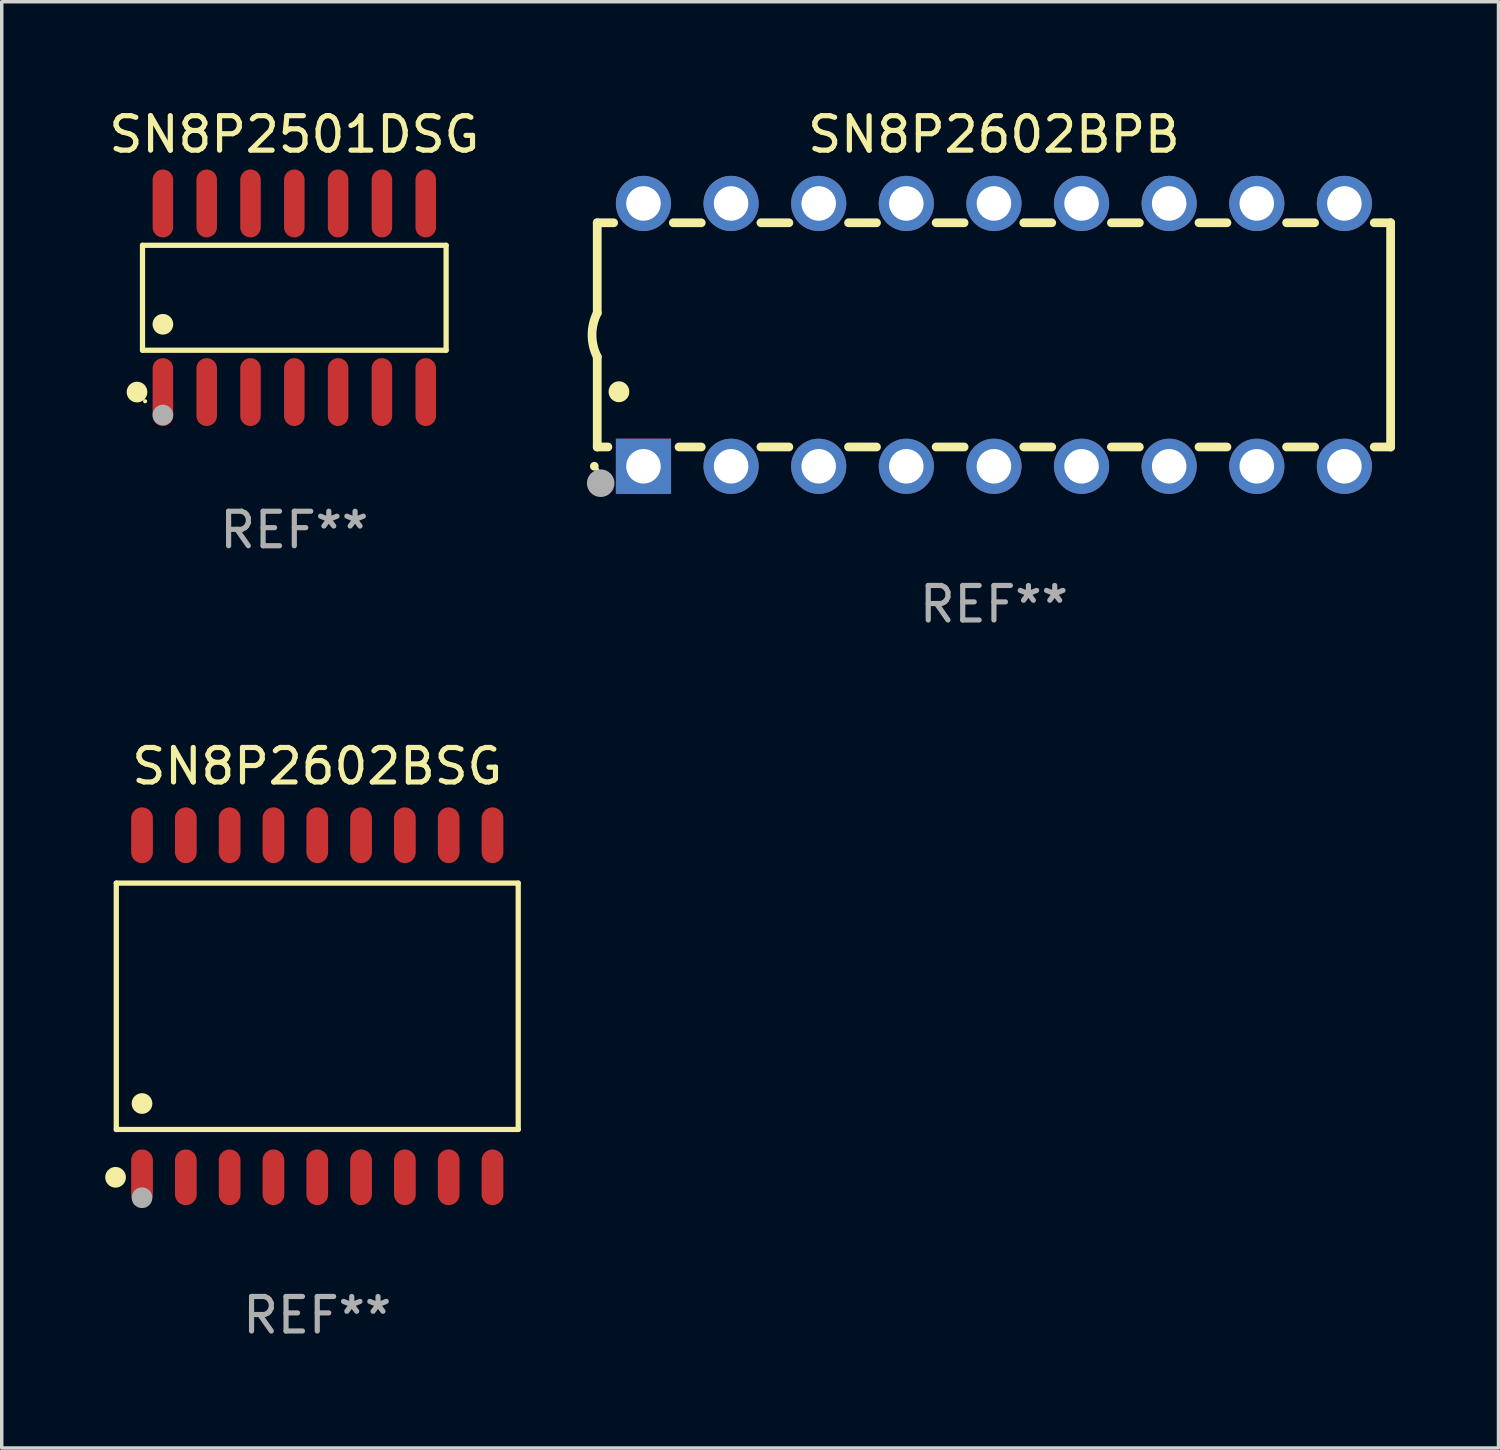
<source format=kicad_pcb>
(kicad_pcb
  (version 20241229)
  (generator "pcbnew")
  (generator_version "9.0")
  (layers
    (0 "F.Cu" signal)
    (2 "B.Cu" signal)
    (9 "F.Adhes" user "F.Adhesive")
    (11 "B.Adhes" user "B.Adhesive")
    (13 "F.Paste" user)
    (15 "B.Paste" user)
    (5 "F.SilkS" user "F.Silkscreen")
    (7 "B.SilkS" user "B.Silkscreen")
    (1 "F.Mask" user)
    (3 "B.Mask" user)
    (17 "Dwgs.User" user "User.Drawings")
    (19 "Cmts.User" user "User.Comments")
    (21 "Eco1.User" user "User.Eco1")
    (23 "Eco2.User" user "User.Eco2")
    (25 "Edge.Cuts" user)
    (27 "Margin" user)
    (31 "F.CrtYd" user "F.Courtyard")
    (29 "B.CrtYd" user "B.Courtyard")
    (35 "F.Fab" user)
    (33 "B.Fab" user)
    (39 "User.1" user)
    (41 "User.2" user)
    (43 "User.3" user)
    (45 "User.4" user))
  (footprint "SN8P2602BSG"
    (layer "F.Cu")
    (at 6.147 26.122)
    (property "Reference" "SN8P2602BSG" (at 0 -6.958 0) (layer "F.SilkS") (effects (font (size 1 1) (thickness 0.15))))
    (attr through_hole)
    (fp_line (start -5.826 -3.571) (end 5.826 -3.571) (stroke (width 0.152) (type solid)) (layer "F.SilkS"))
    (fp_line (start -5.826 3.571) (end -5.826 -3.571) (stroke (width 0.152) (type solid)) (layer "F.SilkS"))
    (fp_line (start 5.826 -3.571) (end 5.826 3.571) (stroke (width 0.152) (type solid)) (layer "F.SilkS"))
    (fp_line (start 5.826 3.571) (end -5.826 3.571) (stroke (width 0.152) (type solid)) (layer "F.SilkS"))
    (fp_circle (center -5.847 4.958) (end -5.697 4.958) (stroke (width 0.3) (type solid)) (fill no) (layer "F.SilkS"))
    (fp_circle (center -5.75 5.15) (end -5.72 5.15) (stroke (width 0.06) (type solid)) (fill no) (layer "F.SilkS"))
    (fp_circle (center -5.08 2.819) (end -4.93 2.819) (stroke (width 0.3) (type solid)) (fill no) (layer "F.SilkS"))
    (fp_circle (center -5.08 5.55) (end -4.93 5.55) (stroke (width 0.3) (type solid)) (fill no) (layer "F.Fab"))
    (fp_text user "REF**" (at 0 8.958 0) (layer "F.Fab") (effects (font (size 1 1) (thickness 0.15))))
    (pad "1" smd oval (at -5.08 4.958) (size 0.63 1.615) (layers "F.Cu" "F.Mask" "F.Paste"))
    (pad "2" smd oval (at -3.81 4.958) (size 0.63 1.615) (layers "F.Cu" "F.Mask" "F.Paste"))
    (pad "3" smd oval (at -2.54 4.958) (size 0.63 1.615) (layers "F.Cu" "F.Mask" "F.Paste"))
    (pad "4" smd oval (at -1.27 4.958) (size 0.63 1.615) (layers "F.Cu" "F.Mask" "F.Paste"))
    (pad "5" smd oval (at 0 4.958) (size 0.63 1.615) (layers "F.Cu" "F.Mask" "F.Paste"))
    (pad "6" smd oval (at 1.27 4.958) (size 0.63 1.615) (layers "F.Cu" "F.Mask" "F.Paste"))
    (pad "7" smd oval (at 2.54 4.958) (size 0.63 1.615) (layers "F.Cu" "F.Mask" "F.Paste"))
    (pad "8" smd oval (at 3.81 4.958) (size 0.63 1.615) (layers "F.Cu" "F.Mask" "F.Paste"))
    (pad "9" smd oval (at 5.08 4.958) (size 0.63 1.615) (layers "F.Cu" "F.Mask" "F.Paste"))
    (pad "10" smd oval (at 5.08 -4.958) (size 0.63 1.615) (layers "F.Cu" "F.Mask" "F.Paste"))
    (pad "11" smd oval (at 3.81 -4.958) (size 0.63 1.615) (layers "F.Cu" "F.Mask" "F.Paste"))
    (pad "12" smd oval (at 2.54 -4.958) (size 0.63 1.615) (layers "F.Cu" "F.Mask" "F.Paste"))
    (pad "13" smd oval (at 1.27 -4.958) (size 0.63 1.615) (layers "F.Cu" "F.Mask" "F.Paste"))
    (pad "14" smd oval (at 0 -4.958) (size 0.63 1.615) (layers "F.Cu" "F.Mask" "F.Paste"))
    (pad "15" smd oval (at -1.27 -4.958) (size 0.63 1.615) (layers "F.Cu" "F.Mask" "F.Paste"))
    (pad "16" smd oval (at -2.54 -4.958) (size 0.63 1.615) (layers "F.Cu" "F.Mask" "F.Paste"))
    (pad "17" smd oval (at -3.81 -4.958) (size 0.63 1.615) (layers "F.Cu" "F.Mask" "F.Paste"))
    (pad "18" smd oval (at -5.08 -4.958) (size 0.63 1.615) (layers "F.Cu" "F.Mask" "F.Paste")))
  (footprint "SN8P2602BPB"
    (layer "F.Cu")
    (at 25.764 6.658)
    (property "Reference" "SN8P2602BPB" (at 0 -5.81 0) (layer "F.SilkS") (effects (font (size 1 1) (thickness 0.15))))
    (attr through_hole)
    (fp_line (start -11.5 -3.25) (end -11.5 -0.635) (stroke (width 0.254) (type solid)) (layer "F.SilkS"))
    (fp_line (start -11.5 3.25) (end -11.5 0.635) (stroke (width 0.254) (type solid)) (layer "F.SilkS"))
    (fp_line (start -11.5 3.25) (end -11.191 3.25) (stroke (width 0.254) (type solid)) (layer "F.SilkS"))
    (fp_line (start -11.025 -3.25) (end -11.5 -3.25) (stroke (width 0.254) (type solid)) (layer "F.SilkS"))
    (fp_line (start -9.129 3.25) (end -8.485 3.25) (stroke (width 0.254) (type solid)) (layer "F.SilkS"))
    (fp_line (start -8.485 -3.25) (end -9.295 -3.25) (stroke (width 0.254) (type solid)) (layer "F.SilkS"))
    (fp_line (start -6.755 3.25) (end -5.945 3.25) (stroke (width 0.254) (type solid)) (layer "F.SilkS"))
    (fp_line (start -5.945 -3.25) (end -6.755 -3.25) (stroke (width 0.254) (type solid)) (layer "F.SilkS"))
    (fp_line (start -4.215 3.25) (end -3.405 3.25) (stroke (width 0.254) (type solid)) (layer "F.SilkS"))
    (fp_line (start -3.405 -3.25) (end -4.215 -3.25) (stroke (width 0.254) (type solid)) (layer "F.SilkS"))
    (fp_line (start -1.675 3.25) (end -0.865 3.25) (stroke (width 0.254) (type solid)) (layer "F.SilkS"))
    (fp_line (start -0.865 -3.25) (end -1.675 -3.25) (stroke (width 0.254) (type solid)) (layer "F.SilkS"))
    (fp_line (start 0.865 3.25) (end 1.675 3.25) (stroke (width 0.254) (type solid)) (layer "F.SilkS"))
    (fp_line (start 1.675 -3.25) (end 0.865 -3.25) (stroke (width 0.254) (type solid)) (layer "F.SilkS"))
    (fp_line (start 3.405 3.25) (end 4.215 3.25) (stroke (width 0.254) (type solid)) (layer "F.SilkS"))
    (fp_line (start 4.215 -3.25) (end 3.405 -3.25) (stroke (width 0.254) (type solid)) (layer "F.SilkS"))
    (fp_line (start 5.945 3.25) (end 6.755 3.25) (stroke (width 0.254) (type solid)) (layer "F.SilkS"))
    (fp_line (start 6.755 -3.25) (end 5.945 -3.25) (stroke (width 0.254) (type solid)) (layer "F.SilkS"))
    (fp_line (start 8.485 3.25) (end 9.295 3.25) (stroke (width 0.254) (type solid)) (layer "F.SilkS"))
    (fp_line (start 9.295 -3.25) (end 8.485 -3.25) (stroke (width 0.254) (type solid)) (layer "F.SilkS"))
    (fp_line (start 11.025 3.25) (end 11.5 3.25) (stroke (width 0.254) (type solid)) (layer "F.SilkS"))
    (fp_line (start 11.5 -3.25) (end 11.025 -3.25) (stroke (width 0.254) (type solid)) (layer "F.SilkS"))
    (fp_line (start 11.5 -3.25) (end 11.5 3.25) (stroke (width 0.254) (type solid)) (layer "F.SilkS"))
    (fp_arc (start -11.584963 3.810008) (mid -11.58497 3.808738) (end -11.584963 3.807468) (stroke (width 0.25) (type solid)) (layer "F.SilkS"))
    (fp_arc (start -11.501143 0.635001) (mid -11.650665 -0.000132) (end -11.500025 -0.635001) (stroke (width 0.254001) (type solid)) (layer "F.SilkS"))
    (fp_arc (start -10.871222 1.651003) (mid -10.871233 1.648463) (end -10.871222 1.645923) (stroke (width 0.6) (type solid)) (layer "F.SilkS"))
    (fp_circle (center -11.5 3.91) (end -11.47 3.91) (stroke (width 0.06) (type solid)) (fill no) (layer "F.SilkS"))
    (fp_circle (center -11.4 4.3) (end -11.2 4.3) (stroke (width 0.4) (type solid)) (fill no) (layer "F.Fab"))
    (fp_text user "REF**" (at 0 7.81 0) (layer "F.Fab") (effects (font (size 1 1) (thickness 0.15))))
    (pad "1" thru_hole rect (at -10.16 3.81 90) (size 1.6 1.6) (drill 1) (layers "*.Cu" "*.Mask"))
    (pad "2" thru_hole circle (at -7.62 3.81 90) (size 1.6 1.6) (drill 1) (layers "*.Cu" "*.Mask"))
    (pad "3" thru_hole circle (at -5.08 3.81 90) (size 1.6 1.6) (drill 1) (layers "*.Cu" "*.Mask"))
    (pad "4" thru_hole circle (at -2.54 3.81 90) (size 1.6 1.6) (drill 1) (layers "*.Cu" "*.Mask"))
    (pad "5" thru_hole circle (at 0 3.81 90) (size 1.6 1.6) (drill 1) (layers "*.Cu" "*.Mask"))
    (pad "6" thru_hole circle (at 2.54 3.81 90) (size 1.6 1.6) (drill 1) (layers "*.Cu" "*.Mask"))
    (pad "7" thru_hole circle (at 5.08 3.81 90) (size 1.6 1.6) (drill 1) (layers "*.Cu" "*.Mask"))
    (pad "8" thru_hole circle (at 7.62 3.81 90) (size 1.6 1.6) (drill 1) (layers "*.Cu" "*.Mask"))
    (pad "9" thru_hole circle (at 10.16 3.81 90) (size 1.6 1.6) (drill 1) (layers "*.Cu" "*.Mask"))
    (pad "10" thru_hole circle (at 10.16 -3.81 90) (size 1.6 1.6) (drill 1) (layers "*.Cu" "*.Mask"))
    (pad "11" thru_hole circle (at 7.62 -3.81 90) (size 1.6 1.6) (drill 1) (layers "*.Cu" "*.Mask"))
    (pad "12" thru_hole circle (at 5.08 -3.81 90) (size 1.6 1.6) (drill 1) (layers "*.Cu" "*.Mask"))
    (pad "13" thru_hole circle (at 2.54 -3.81 90) (size 1.6 1.6) (drill 1) (layers "*.Cu" "*.Mask"))
    (pad "14" thru_hole circle (at 0 -3.81 90) (size 1.6 1.6) (drill 1) (layers "*.Cu" "*.Mask"))
    (pad "15" thru_hole circle (at -2.54 -3.81 90) (size 1.6 1.6) (drill 1) (layers "*.Cu" "*.Mask"))
    (pad "16" thru_hole circle (at -5.08 -3.81 90) (size 1.6 1.6) (drill 1) (layers "*.Cu" "*.Mask"))
    (pad "17" thru_hole circle (at -7.62 -3.81 90) (size 1.6 1.6) (drill 1) (layers "*.Cu" "*.Mask"))
    (pad "18" thru_hole circle (at -10.16 -3.81 90) (size 1.6 1.6) (drill 1) (layers "*.Cu" "*.Mask")))
  (footprint "SN8P2501DSG"
    (layer "F.Cu")
    (at 5.482 5.582)
    (property "Reference" "SN8P2501DSG" (at 0 -4.734 0) (layer "F.SilkS") (effects (font (size 1 1) (thickness 0.15))))
    (attr through_hole)
    (fp_line (start -4.401 -1.521) (end 4.401 -1.521) (stroke (width 0.152) (type solid)) (layer "F.SilkS"))
    (fp_line (start -4.401 1.521) (end -4.401 -1.521) (stroke (width 0.152) (type solid)) (layer "F.SilkS"))
    (fp_line (start 4.401 -1.521) (end 4.401 1.521) (stroke (width 0.152) (type solid)) (layer "F.SilkS"))
    (fp_line (start 4.401 1.521) (end -4.401 1.521) (stroke (width 0.152) (type solid)) (layer "F.SilkS"))
    (fp_circle (center -4.56 2.734) (end -4.41 2.734) (stroke (width 0.3) (type solid)) (fill no) (layer "F.SilkS"))
    (fp_circle (center -4.325 3) (end -4.295 3) (stroke (width 0.06) (type solid)) (fill no) (layer "F.SilkS"))
    (fp_circle (center -3.81 0.769) (end -3.66 0.769) (stroke (width 0.3) (type solid)) (fill no) (layer "F.SilkS"))
    (fp_circle (center -3.81 3.4) (end -3.66 3.4) (stroke (width 0.3) (type solid)) (fill no) (layer "F.Fab"))
    (fp_text user "REF**" (at 0 6.734 0) (layer "F.Fab") (effects (font (size 1 1) (thickness 0.15))))
    (pad "1" smd oval (at -3.81 2.734) (size 0.595 1.968) (layers "F.Cu" "F.Mask" "F.Paste"))
    (pad "2" smd oval (at -2.54 2.734) (size 0.595 1.968) (layers "F.Cu" "F.Mask" "F.Paste"))
    (pad "3" smd oval (at -1.27 2.734) (size 0.595 1.968) (layers "F.Cu" "F.Mask" "F.Paste"))
    (pad "4" smd oval (at 0 2.734) (size 0.595 1.968) (layers "F.Cu" "F.Mask" "F.Paste"))
    (pad "5" smd oval (at 1.27 2.734) (size 0.595 1.968) (layers "F.Cu" "F.Mask" "F.Paste"))
    (pad "6" smd oval (at 2.54 2.734) (size 0.595 1.968) (layers "F.Cu" "F.Mask" "F.Paste"))
    (pad "7" smd oval (at 3.81 2.734) (size 0.595 1.968) (layers "F.Cu" "F.Mask" "F.Paste"))
    (pad "8" smd oval (at 3.81 -2.734) (size 0.595 1.968) (layers "F.Cu" "F.Mask" "F.Paste"))
    (pad "9" smd oval (at 2.54 -2.734) (size 0.595 1.968) (layers "F.Cu" "F.Mask" "F.Paste"))
    (pad "10" smd oval (at 1.27 -2.734) (size 0.595 1.968) (layers "F.Cu" "F.Mask" "F.Paste"))
    (pad "11" smd oval (at 0 -2.734) (size 0.595 1.968) (layers "F.Cu" "F.Mask" "F.Paste"))
    (pad "12" smd oval (at -1.27 -2.734) (size 0.595 1.968) (layers "F.Cu" "F.Mask" "F.Paste"))
    (pad "13" smd oval (at -2.54 -2.734) (size 0.595 1.968) (layers "F.Cu" "F.Mask" "F.Paste"))
    (pad "14" smd oval (at -3.81 -2.734) (size 0.595 1.968) (layers "F.Cu" "F.Mask" "F.Paste")))
  (gr_rect
    (start -3 -3)
    (end 40.391 38.928)
    (stroke (width 0.1) (type default))
    (fill no)
    (layer "Edge.Cuts")))
</source>
